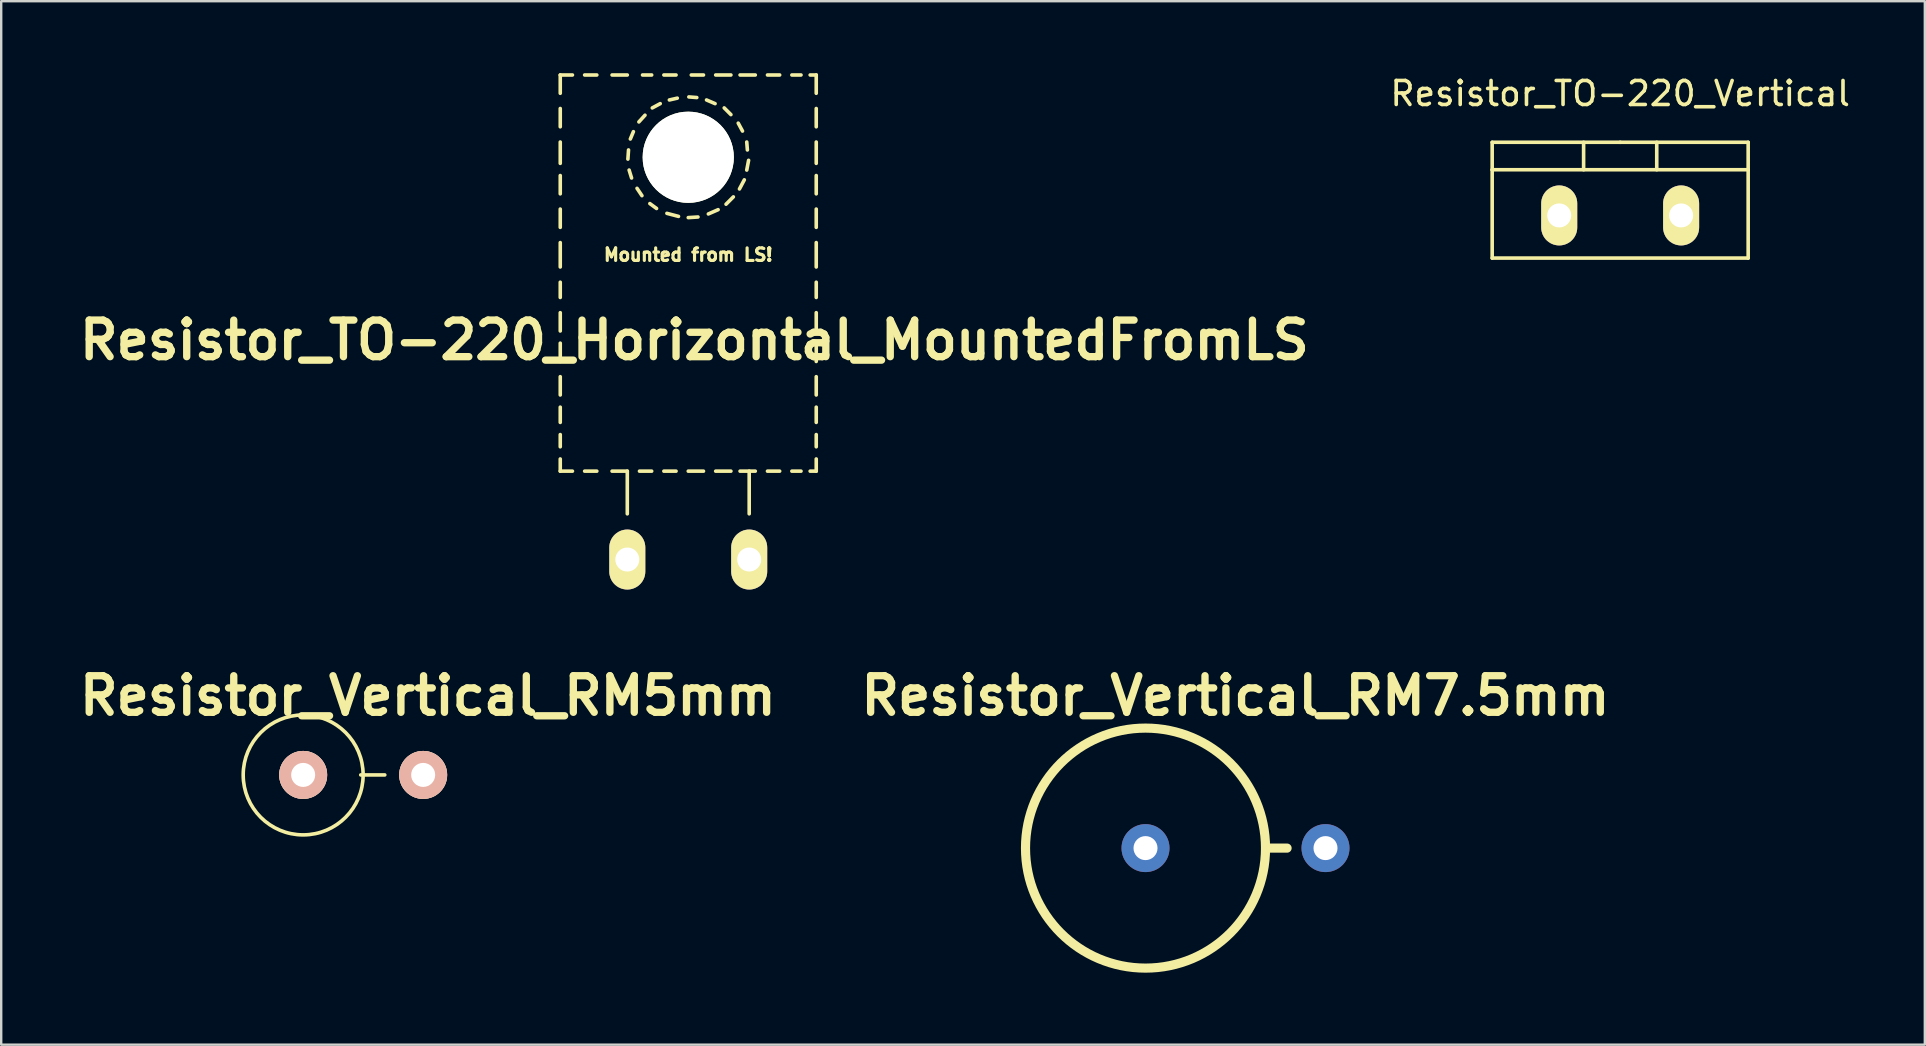
<source format=kicad_pcb>
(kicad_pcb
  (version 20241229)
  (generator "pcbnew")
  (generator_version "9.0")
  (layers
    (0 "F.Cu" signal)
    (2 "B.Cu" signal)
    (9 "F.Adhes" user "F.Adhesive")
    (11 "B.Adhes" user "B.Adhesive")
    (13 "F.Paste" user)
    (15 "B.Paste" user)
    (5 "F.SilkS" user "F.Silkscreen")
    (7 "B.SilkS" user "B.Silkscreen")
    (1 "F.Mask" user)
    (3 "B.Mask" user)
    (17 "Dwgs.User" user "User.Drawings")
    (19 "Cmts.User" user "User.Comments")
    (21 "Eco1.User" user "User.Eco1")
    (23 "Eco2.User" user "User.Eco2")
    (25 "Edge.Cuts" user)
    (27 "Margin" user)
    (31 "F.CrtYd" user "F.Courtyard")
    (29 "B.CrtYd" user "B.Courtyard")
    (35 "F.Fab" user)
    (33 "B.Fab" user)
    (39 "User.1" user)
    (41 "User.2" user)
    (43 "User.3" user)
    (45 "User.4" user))
  (footprint "Resistor_Vertical_RM7.5mm"
    (layer "F.Cu")
    (at 48.437 32.294)
    (property "Reference" "Resistor_Vertical_RM7.5mm" (at 0 -6.35 0) (layer "F.SilkS") (effects (font (size 1.524 1.524) (thickness 0.305))))
    (attr through_hole)
    (fp_line (start 1.252 0) (end 2.151 0) (stroke (width 0.381) (type solid)) (layer "F.SilkS"))
    (fp_circle (center -3.749 0) (end 1.252 0) (stroke (width 0.381) (type solid)) (fill no) (layer "F.SilkS"))
    (pad "1" thru_hole circle (at -3.749 0) (size 1.999 1.999) (drill 1.001) (layers "*.Cu"))
    (pad "2" thru_hole circle (at 3.752 0) (size 1.999 1.999) (drill 1.001) (layers "*.Cu")))
  (footprint "Resistor_TO-220_Vertical"
    (layer "F.Cu")
    (at 64.469 5.928)
    (property "Reference" "Resistor_TO-220_Vertical" (at 0 -5.08 0) (layer "F.SilkS") (effects (font (size 1 1) (thickness 0.15))))
    (attr through_hole)
    (fp_line (start -5.334 -1.905) (end -5.334 -3.048) (stroke (width 0.15) (type solid)) (layer "F.SilkS"))
    (fp_line (start -5.334 1.778) (end -5.334 -1.905) (stroke (width 0.15) (type solid)) (layer "F.SilkS"))
    (fp_line (start -1.524 -3.048) (end -1.524 -1.905) (stroke (width 0.15) (type solid)) (layer "F.SilkS"))
    (fp_line (start 0 -3.048) (end -5.334 -3.048) (stroke (width 0.15) (type solid)) (layer "F.SilkS"))
    (fp_line (start 0 -3.048) (end 5.334 -3.048) (stroke (width 0.15) (type solid)) (layer "F.SilkS"))
    (fp_line (start 1.524 -3.048) (end 1.524 -1.905) (stroke (width 0.15) (type solid)) (layer "F.SilkS"))
    (fp_line (start 5.334 -3.048) (end 5.334 -1.905) (stroke (width 0.15) (type solid)) (layer "F.SilkS"))
    (fp_line (start 5.334 -1.905) (end -5.334 -1.905) (stroke (width 0.15) (type solid)) (layer "F.SilkS"))
    (fp_line (start 5.334 -1.905) (end 5.334 1.778) (stroke (width 0.15) (type solid)) (layer "F.SilkS"))
    (fp_line (start 5.334 1.778) (end -5.334 1.778) (stroke (width 0.15) (type solid)) (layer "F.SilkS"))
    (pad "1" thru_hole oval (at -2.54 0 90) (size 2.499 1.501) (drill 1.001) (layers "*.Cu" "*.Mask" "F.SilkS"))
    (pad "2" thru_hole oval (at 2.54 0 90) (size 2.499 1.501) (drill 1.001) (layers "*.Cu" "*.Mask" "F.SilkS")))
  (footprint "Resistor_TO-220_Horizontal_MountedFromLS"
    (layer "F.Cu")
    (at 25.632 20.268)
    (property "Reference" "Resistor_TO-220_Horizontal_MountedFromLS" (at 0.254 -9.144 0) (layer "F.SilkS") (effects (font (size 1.524 1.524) (thickness 0.305))))
    (attr through_hole)
    (fp_line (start -5.334 -20.193) (end -5.334 -19.431) (stroke (width 0.15) (type solid)) (layer "F.SilkS"))
    (fp_line (start -5.334 -20.193) (end -4.826 -20.193) (stroke (width 0.15) (type solid)) (layer "F.SilkS"))
    (fp_line (start -5.334 -18.796) (end -5.334 -18.034) (stroke (width 0.15) (type solid)) (layer "F.SilkS"))
    (fp_line (start -5.334 -17.399) (end -5.334 -16.51) (stroke (width 0.15) (type solid)) (layer "F.SilkS"))
    (fp_line (start -5.334 -16.002) (end -5.334 -15.24) (stroke (width 0.15) (type solid)) (layer "F.SilkS"))
    (fp_line (start -5.334 -14.605) (end -5.334 -13.843) (stroke (width 0.15) (type solid)) (layer "F.SilkS"))
    (fp_line (start -5.334 -13.208) (end -5.334 -12.192) (stroke (width 0.15) (type solid)) (layer "F.SilkS"))
    (fp_line (start -5.334 -11.557) (end -5.334 -10.922) (stroke (width 0.15) (type solid)) (layer "F.SilkS"))
    (fp_line (start -5.334 -10.287) (end -5.334 -9.525) (stroke (width 0.15) (type solid)) (layer "F.SilkS"))
    (fp_line (start -5.334 -9.017) (end -5.334 -8.255) (stroke (width 0.15) (type solid)) (layer "F.SilkS"))
    (fp_line (start -5.334 -7.62) (end -5.334 -6.858) (stroke (width 0.15) (type solid)) (layer "F.SilkS"))
    (fp_line (start -5.334 -6.35) (end -5.334 -5.715) (stroke (width 0.15) (type solid)) (layer "F.SilkS"))
    (fp_line (start -5.334 -5.207) (end -5.334 -4.699) (stroke (width 0.15) (type solid)) (layer "F.SilkS"))
    (fp_line (start -5.334 -4.191) (end -5.334 -3.683) (stroke (width 0.15) (type solid)) (layer "F.SilkS"))
    (fp_line (start -5.334 -3.683) (end -4.826 -3.683) (stroke (width 0.15) (type solid)) (layer "F.SilkS"))
    (fp_line (start -4.318 -20.193) (end -3.81 -20.193) (stroke (width 0.15) (type solid)) (layer "F.SilkS"))
    (fp_line (start -4.318 -3.683) (end -3.81 -3.683) (stroke (width 0.15) (type solid)) (layer "F.SilkS"))
    (fp_line (start -3.175 -20.193) (end -2.54 -20.193) (stroke (width 0.15) (type solid)) (layer "F.SilkS"))
    (fp_line (start -3.175 -3.683) (end -2.54 -3.683) (stroke (width 0.15) (type solid)) (layer "F.SilkS"))
    (fp_line (start -2.54 -3.683) (end -2.54 -1.905) (stroke (width 0.15) (type solid)) (layer "F.SilkS"))
    (fp_line (start -2.515 -16.688) (end -2.489 -17.069) (stroke (width 0.15) (type solid)) (layer "F.SilkS"))
    (fp_line (start -2.413 -17.526) (end -2.286 -17.831) (stroke (width 0.15) (type solid)) (layer "F.SilkS"))
    (fp_line (start -2.362 -15.9) (end -2.464 -16.231) (stroke (width 0.15) (type solid)) (layer "F.SilkS"))
    (fp_line (start -2.057 -18.237) (end -1.803 -18.517) (stroke (width 0.15) (type solid)) (layer "F.SilkS"))
    (fp_line (start -2.032 -3.683) (end -1.524 -3.683) (stroke (width 0.15) (type solid)) (layer "F.SilkS"))
    (fp_line (start -1.93 -15.164) (end -2.134 -15.469) (stroke (width 0.15) (type solid)) (layer "F.SilkS"))
    (fp_line (start -1.905 -20.193) (end -1.524 -20.193) (stroke (width 0.15) (type solid)) (layer "F.SilkS"))
    (fp_line (start -1.499 -18.821) (end -1.168 -18.999) (stroke (width 0.15) (type solid)) (layer "F.SilkS"))
    (fp_line (start -1.321 -14.63) (end -1.6 -14.834) (stroke (width 0.15) (type solid)) (layer "F.SilkS"))
    (fp_line (start -1.016 -20.193) (end -0.508 -20.193) (stroke (width 0.15) (type solid)) (layer "F.SilkS"))
    (fp_line (start -1.016 -3.683) (end -0.508 -3.683) (stroke (width 0.15) (type solid)) (layer "F.SilkS"))
    (fp_line (start -0.787 -19.152) (end -0.457 -19.228) (stroke (width 0.15) (type solid)) (layer "F.SilkS"))
    (fp_line (start -0.406 -14.3) (end -0.889 -14.427) (stroke (width 0.15) (type solid)) (layer "F.SilkS"))
    (fp_line (start 0 -3.683) (end 0.635 -3.683) (stroke (width 0.15) (type solid)) (layer "F.SilkS"))
    (fp_line (start 0.025 -19.279) (end 0.356 -19.253) (stroke (width 0.15) (type solid)) (layer "F.SilkS"))
    (fp_line (start 0.127 -20.193) (end 0.635 -20.193) (stroke (width 0.15) (type solid)) (layer "F.SilkS"))
    (fp_line (start 0.406 -14.275) (end 0 -14.249) (stroke (width 0.15) (type solid)) (layer "F.SilkS"))
    (fp_line (start 0.762 -19.152) (end 1.118 -18.999) (stroke (width 0.15) (type solid)) (layer "F.SilkS"))
    (fp_line (start 1.143 -20.193) (end 1.778 -20.193) (stroke (width 0.15) (type solid)) (layer "F.SilkS"))
    (fp_line (start 1.143 -3.683) (end 1.778 -3.683) (stroke (width 0.15) (type solid)) (layer "F.SilkS"))
    (fp_line (start 1.245 -14.58) (end 0.838 -14.402) (stroke (width 0.15) (type solid)) (layer "F.SilkS"))
    (fp_line (start 1.499 -18.821) (end 1.778 -18.542) (stroke (width 0.15) (type solid)) (layer "F.SilkS"))
    (fp_line (start 1.88 -15.113) (end 1.575 -14.808) (stroke (width 0.15) (type solid)) (layer "F.SilkS"))
    (fp_line (start 2.083 -18.186) (end 2.261 -17.856) (stroke (width 0.15) (type solid)) (layer "F.SilkS"))
    (fp_line (start 2.159 -20.193) (end 2.794 -20.193) (stroke (width 0.15) (type solid)) (layer "F.SilkS"))
    (fp_line (start 2.159 -3.683) (end 2.794 -3.683) (stroke (width 0.15) (type solid)) (layer "F.SilkS"))
    (fp_line (start 2.337 -15.824) (end 2.134 -15.443) (stroke (width 0.15) (type solid)) (layer "F.SilkS"))
    (fp_line (start 2.438 -17.399) (end 2.464 -17.069) (stroke (width 0.15) (type solid)) (layer "F.SilkS"))
    (fp_line (start 2.515 -16.637) (end 2.438 -16.231) (stroke (width 0.15) (type solid)) (layer "F.SilkS"))
    (fp_line (start 2.54 -3.683) (end 2.54 -1.905) (stroke (width 0.15) (type solid)) (layer "F.SilkS"))
    (fp_line (start 3.302 -20.193) (end 3.81 -20.193) (stroke (width 0.15) (type solid)) (layer "F.SilkS"))
    (fp_line (start 3.302 -3.683) (end 3.81 -3.683) (stroke (width 0.15) (type solid)) (layer "F.SilkS"))
    (fp_line (start 4.318 -20.193) (end 4.699 -20.193) (stroke (width 0.15) (type solid)) (layer "F.SilkS"))
    (fp_line (start 4.318 -3.683) (end 4.699 -3.683) (stroke (width 0.15) (type solid)) (layer "F.SilkS"))
    (fp_line (start 5.08 -20.193) (end 5.334 -20.193) (stroke (width 0.15) (type solid)) (layer "F.SilkS"))
    (fp_line (start 5.08 -3.683) (end 5.334 -3.683) (stroke (width 0.15) (type solid)) (layer "F.SilkS"))
    (fp_line (start 5.334 -20.193) (end 5.334 -19.431) (stroke (width 0.15) (type solid)) (layer "F.SilkS"))
    (fp_line (start 5.334 -18.796) (end 5.334 -18.034) (stroke (width 0.15) (type solid)) (layer "F.SilkS"))
    (fp_line (start 5.334 -17.399) (end 5.334 -16.51) (stroke (width 0.15) (type solid)) (layer "F.SilkS"))
    (fp_line (start 5.334 -16.002) (end 5.334 -15.24) (stroke (width 0.15) (type solid)) (layer "F.SilkS"))
    (fp_line (start 5.334 -14.605) (end 5.334 -13.843) (stroke (width 0.15) (type solid)) (layer "F.SilkS"))
    (fp_line (start 5.334 -13.208) (end 5.334 -12.192) (stroke (width 0.15) (type solid)) (layer "F.SilkS"))
    (fp_line (start 5.334 -11.557) (end 5.334 -10.922) (stroke (width 0.15) (type solid)) (layer "F.SilkS"))
    (fp_line (start 5.334 -10.287) (end 5.334 -9.525) (stroke (width 0.15) (type solid)) (layer "F.SilkS"))
    (fp_line (start 5.334 -9.017) (end 5.334 -8.255) (stroke (width 0.15) (type solid)) (layer "F.SilkS"))
    (fp_line (start 5.334 -7.62) (end 5.334 -6.858) (stroke (width 0.15) (type solid)) (layer "F.SilkS"))
    (fp_line (start 5.334 -6.35) (end 5.334 -5.715) (stroke (width 0.15) (type solid)) (layer "F.SilkS"))
    (fp_line (start 5.334 -5.207) (end 5.334 -4.699) (stroke (width 0.15) (type solid)) (layer "F.SilkS"))
    (fp_line (start 5.334 -4.191) (end 5.334 -3.683) (stroke (width 0.15) (type solid)) (layer "F.SilkS"))
    (fp_text user "Mounted from LS!" (at 0 -12.7 0) (layer "F.SilkS") (effects (font (size 0.523 0.523) (thickness 0.132))))
    (pad "" np_thru_hole circle (at 0 -16.764 90) (size 3.8 3.8) (drill 3.8) (layers "*.Cu" "*.Mask" "F.SilkS"))
    (pad "1" thru_hole oval (at 2.54 0 90) (size 2.499 1.501) (drill 1.001) (layers "*.Cu" "*.Mask" "F.SilkS"))
    (pad "2" thru_hole oval (at -2.54 0 90) (size 2.499 1.501) (drill 1.001) (layers "*.Cu" "*.Mask" "F.SilkS")))
  (footprint "Resistor_Vertical_RM5mm"
    (layer "F.Cu")
    (at 12.083 29.244)
    (property "Reference" "Resistor_Vertical_RM5mm" (at 2.7 -3.299 0) (layer "F.SilkS") (effects (font (size 1.524 1.524) (thickness 0.305))))
    (attr through_hole)
    (fp_line (start -0.099 0) (end 0.902 0) (stroke (width 0.15) (type solid)) (layer "F.SilkS"))
    (fp_circle (center -2.499 0) (end 0 0) (stroke (width 0.15) (type solid)) (fill no) (layer "F.SilkS"))
    (pad "1" thru_hole circle (at -2.499 0) (size 1.999 1.999) (drill 1.001) (layers "*.Cu" "*.SilkS" "*.Mask"))
    (pad "2" thru_hole circle (at 2.502 0) (size 1.999 1.999) (drill 1.001) (layers "*.Cu" "*.SilkS" "*.Mask")))
  (gr_rect
    (start -3 -3)
    (end 77.165 40.486)
    (stroke (width 0.1) (type default))
    (fill no)
    (layer "Edge.Cuts")))
</source>
